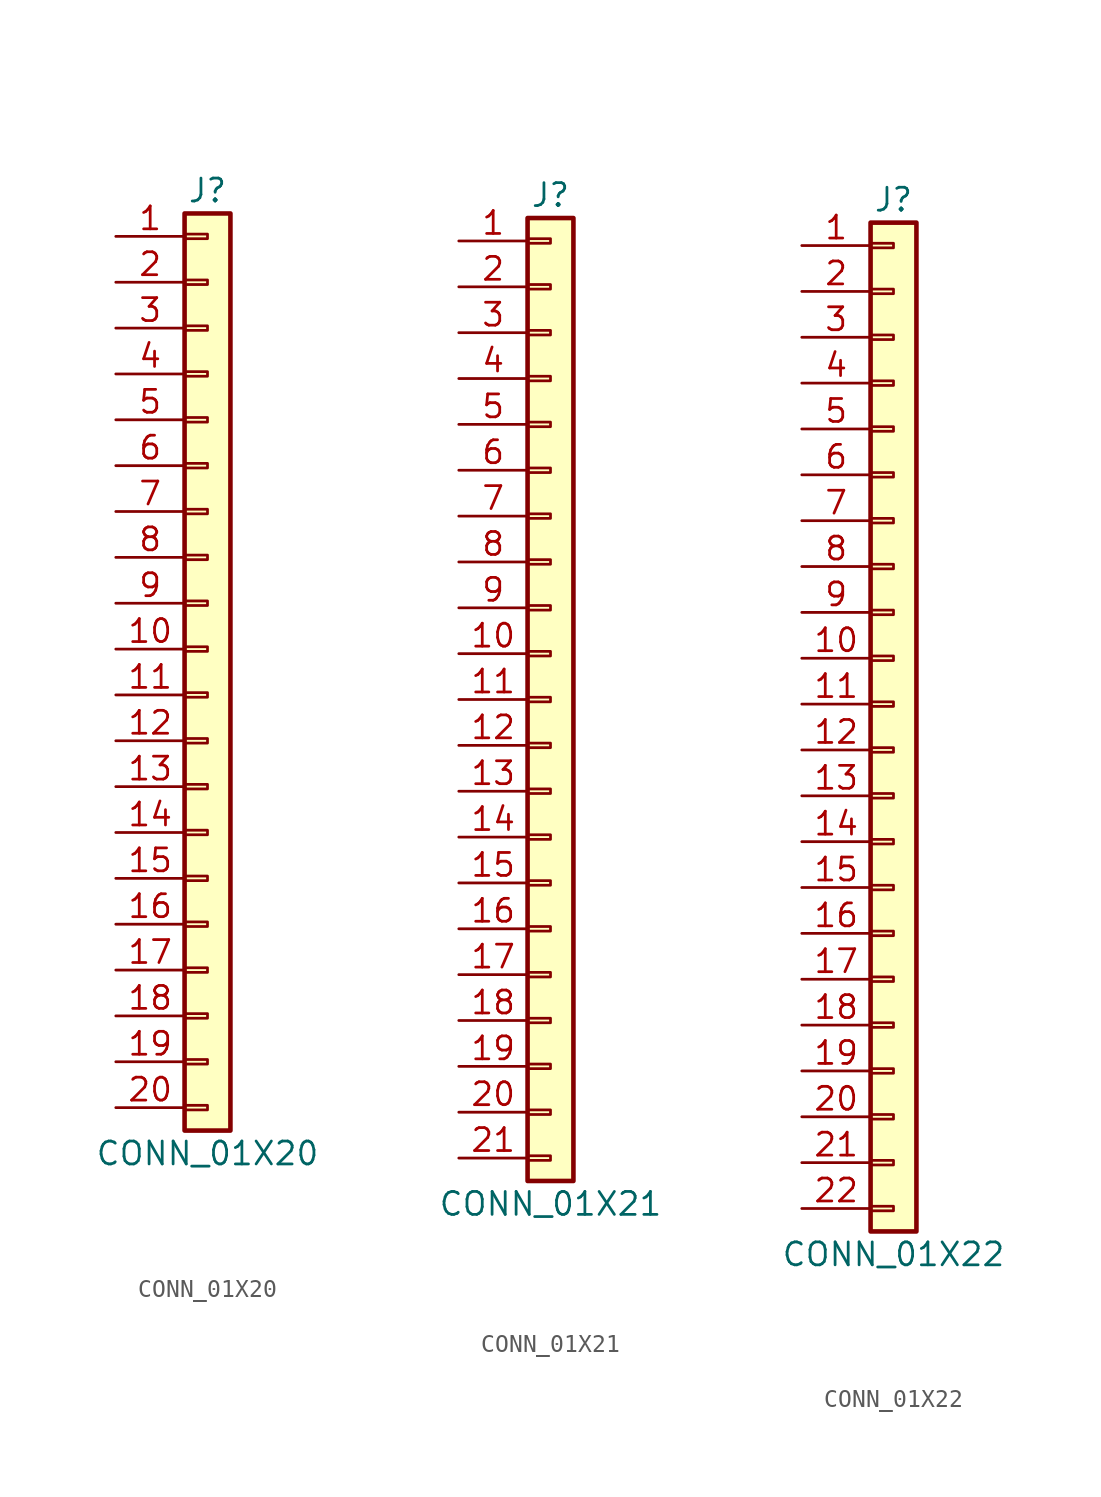
<source format=kicad_sym>
(kicad_symbol_lib
  (version 20211014)
  (generator kicad_symbol_editor)
  (symbol "CONN_01X20"
    (pin_names
      (offset 1.016) hide)
    (property "Reference" "J"
      (at 0 25.4 0)
      (effects (font (size 1.27 1.27))))
    (property "Value" "CONN_01X20"
      (at 0 -27.94 0)
      (effects (font (size 1.27 1.27))))
    (symbol "CONN_01X20_1_1"
      (rectangle (start -1.27 -25.273) (end 0 -25.527) (stroke (width 0.152) (type default) (color 0 0 0 0)) (fill (type none)))
      (rectangle (start -1.27 -22.733) (end 0 -22.987) (stroke (width 0.152) (type default) (color 0 0 0 0)) (fill (type none)))
      (rectangle (start -1.27 -20.193) (end 0 -20.447) (stroke (width 0.152) (type default) (color 0 0 0 0)) (fill (type none)))
      (rectangle (start -1.27 -17.653) (end 0 -17.907) (stroke (width 0.152) (type default) (color 0 0 0 0)) (fill (type none)))
      (rectangle (start -1.27 -15.113) (end 0 -15.367) (stroke (width 0.152) (type default) (color 0 0 0 0)) (fill (type none)))
      (rectangle (start -1.27 -12.573) (end 0 -12.827) (stroke (width 0.152) (type default) (color 0 0 0 0)) (fill (type none)))
      (rectangle (start -1.27 -10.033) (end 0 -10.287) (stroke (width 0.152) (type default) (color 0 0 0 0)) (fill (type none)))
      (rectangle (start -1.27 -7.493) (end 0 -7.747) (stroke (width 0.152) (type default) (color 0 0 0 0)) (fill (type none)))
      (rectangle (start -1.27 -4.953) (end 0 -5.207) (stroke (width 0.152) (type default) (color 0 0 0 0)) (fill (type none)))
      (rectangle (start -1.27 -2.413) (end 0 -2.667) (stroke (width 0.152) (type default) (color 0 0 0 0)) (fill (type none)))
      (rectangle (start -1.27 0.127) (end 0 -0.127) (stroke (width 0.152) (type default) (color 0 0 0 0)) (fill (type none)))
      (rectangle (start -1.27 2.667) (end 0 2.413) (stroke (width 0.152) (type default) (color 0 0 0 0)) (fill (type none)))
      (rectangle (start -1.27 5.207) (end 0 4.953) (stroke (width 0.152) (type default) (color 0 0 0 0)) (fill (type none)))
      (rectangle (start -1.27 7.747) (end 0 7.493) (stroke (width 0.152) (type default) (color 0 0 0 0)) (fill (type none)))
      (rectangle (start -1.27 10.287) (end 0 10.033) (stroke (width 0.152) (type default) (color 0 0 0 0)) (fill (type none)))
      (rectangle (start -1.27 12.827) (end 0 12.573) (stroke (width 0.152) (type default) (color 0 0 0 0)) (fill (type none)))
      (rectangle (start -1.27 15.367) (end 0 15.113) (stroke (width 0.152) (type default) (color 0 0 0 0)) (fill (type none)))
      (rectangle (start -1.27 17.907) (end 0 17.653) (stroke (width 0.152) (type default) (color 0 0 0 0)) (fill (type none)))
      (rectangle (start -1.27 20.447) (end 0 20.193) (stroke (width 0.152) (type default) (color 0 0 0 0)) (fill (type none)))
      (rectangle (start -1.27 22.987) (end 0 22.733) (stroke (width 0.152) (type default) (color 0 0 0 0)) (fill (type none)))
      (rectangle (start -1.27 24.13) (end 1.27 -26.67) (stroke (width 0.254) (type default) (color 0 0 0 0)) (fill (type background)))
      (pin passive line (at -5.08 22.86 0) (length 3.81) (name "Pin_1" (effects (font (size 1.27 1.27)))) (number "1" (effects (font (size 1.27 1.27)))))
      (pin passive line (at -5.08 0 0) (length 3.81) (name "Pin_10" (effects (font (size 1.27 1.27)))) (number "10" (effects (font (size 1.27 1.27)))))
      (pin passive line (at -5.08 -2.54 0) (length 3.81) (name "Pin_11" (effects (font (size 1.27 1.27)))) (number "11" (effects (font (size 1.27 1.27)))))
      (pin passive line (at -5.08 -5.08 0) (length 3.81) (name "Pin_12" (effects (font (size 1.27 1.27)))) (number "12" (effects (font (size 1.27 1.27)))))
      (pin passive line (at -5.08 -7.62 0) (length 3.81) (name "Pin_13" (effects (font (size 1.27 1.27)))) (number "13" (effects (font (size 1.27 1.27)))))
      (pin passive line (at -5.08 -10.16 0) (length 3.81) (name "Pin_14" (effects (font (size 1.27 1.27)))) (number "14" (effects (font (size 1.27 1.27)))))
      (pin passive line (at -5.08 -12.7 0) (length 3.81) (name "Pin_15" (effects (font (size 1.27 1.27)))) (number "15" (effects (font (size 1.27 1.27)))))
      (pin passive line (at -5.08 -15.24 0) (length 3.81) (name "Pin_16" (effects (font (size 1.27 1.27)))) (number "16" (effects (font (size 1.27 1.27)))))
      (pin passive line (at -5.08 -17.78 0) (length 3.81) (name "Pin_17" (effects (font (size 1.27 1.27)))) (number "17" (effects (font (size 1.27 1.27)))))
      (pin passive line (at -5.08 -20.32 0) (length 3.81) (name "Pin_18" (effects (font (size 1.27 1.27)))) (number "18" (effects (font (size 1.27 1.27)))))
      (pin passive line (at -5.08 -22.86 0) (length 3.81) (name "Pin_19" (effects (font (size 1.27 1.27)))) (number "19" (effects (font (size 1.27 1.27)))))
      (pin passive line (at -5.08 20.32 0) (length 3.81) (name "Pin_2" (effects (font (size 1.27 1.27)))) (number "2" (effects (font (size 1.27 1.27)))))
      (pin passive line (at -5.08 -25.4 0) (length 3.81) (name "Pin_20" (effects (font (size 1.27 1.27)))) (number "20" (effects (font (size 1.27 1.27)))))
      (pin passive line (at -5.08 17.78 0) (length 3.81) (name "Pin_3" (effects (font (size 1.27 1.27)))) (number "3" (effects (font (size 1.27 1.27)))))
      (pin passive line (at -5.08 15.24 0) (length 3.81) (name "Pin_4" (effects (font (size 1.27 1.27)))) (number "4" (effects (font (size 1.27 1.27)))))
      (pin passive line (at -5.08 12.7 0) (length 3.81) (name "Pin_5" (effects (font (size 1.27 1.27)))) (number "5" (effects (font (size 1.27 1.27)))))
      (pin passive line (at -5.08 10.16 0) (length 3.81) (name "Pin_6" (effects (font (size 1.27 1.27)))) (number "6" (effects (font (size 1.27 1.27)))))
      (pin passive line (at -5.08 7.62 0) (length 3.81) (name "Pin_7" (effects (font (size 1.27 1.27)))) (number "7" (effects (font (size 1.27 1.27)))))
      (pin passive line (at -5.08 5.08 0) (length 3.81) (name "Pin_8" (effects (font (size 1.27 1.27)))) (number "8" (effects (font (size 1.27 1.27)))))
      (pin passive line (at -5.08 2.54 0) (length 3.81) (name "Pin_9" (effects (font (size 1.27 1.27)))) (number "9" (effects (font (size 1.27 1.27)))))))
  (symbol "CONN_01X21"
    (pin_names
      (offset 1.016) hide)
    (property "Reference" "J"
      (at 0 27.94 0)
      (effects (font (size 1.27 1.27))))
    (property "Value" "CONN_01X21"
      (at 0 -27.94 0)
      (effects (font (size 1.27 1.27))))
    (symbol "CONN_01X21_1_1"
      (rectangle (start -1.27 -25.273) (end 0 -25.527) (stroke (width 0.152) (type default) (color 0 0 0 0)) (fill (type none)))
      (rectangle (start -1.27 -22.733) (end 0 -22.987) (stroke (width 0.152) (type default) (color 0 0 0 0)) (fill (type none)))
      (rectangle (start -1.27 -20.193) (end 0 -20.447) (stroke (width 0.152) (type default) (color 0 0 0 0)) (fill (type none)))
      (rectangle (start -1.27 -17.653) (end 0 -17.907) (stroke (width 0.152) (type default) (color 0 0 0 0)) (fill (type none)))
      (rectangle (start -1.27 -15.113) (end 0 -15.367) (stroke (width 0.152) (type default) (color 0 0 0 0)) (fill (type none)))
      (rectangle (start -1.27 -12.573) (end 0 -12.827) (stroke (width 0.152) (type default) (color 0 0 0 0)) (fill (type none)))
      (rectangle (start -1.27 -10.033) (end 0 -10.287) (stroke (width 0.152) (type default) (color 0 0 0 0)) (fill (type none)))
      (rectangle (start -1.27 -7.493) (end 0 -7.747) (stroke (width 0.152) (type default) (color 0 0 0 0)) (fill (type none)))
      (rectangle (start -1.27 -4.953) (end 0 -5.207) (stroke (width 0.152) (type default) (color 0 0 0 0)) (fill (type none)))
      (rectangle (start -1.27 -2.413) (end 0 -2.667) (stroke (width 0.152) (type default) (color 0 0 0 0)) (fill (type none)))
      (rectangle (start -1.27 0.127) (end 0 -0.127) (stroke (width 0.152) (type default) (color 0 0 0 0)) (fill (type none)))
      (rectangle (start -1.27 2.667) (end 0 2.413) (stroke (width 0.152) (type default) (color 0 0 0 0)) (fill (type none)))
      (rectangle (start -1.27 5.207) (end 0 4.953) (stroke (width 0.152) (type default) (color 0 0 0 0)) (fill (type none)))
      (rectangle (start -1.27 7.747) (end 0 7.493) (stroke (width 0.152) (type default) (color 0 0 0 0)) (fill (type none)))
      (rectangle (start -1.27 10.287) (end 0 10.033) (stroke (width 0.152) (type default) (color 0 0 0 0)) (fill (type none)))
      (rectangle (start -1.27 12.827) (end 0 12.573) (stroke (width 0.152) (type default) (color 0 0 0 0)) (fill (type none)))
      (rectangle (start -1.27 15.367) (end 0 15.113) (stroke (width 0.152) (type default) (color 0 0 0 0)) (fill (type none)))
      (rectangle (start -1.27 17.907) (end 0 17.653) (stroke (width 0.152) (type default) (color 0 0 0 0)) (fill (type none)))
      (rectangle (start -1.27 20.447) (end 0 20.193) (stroke (width 0.152) (type default) (color 0 0 0 0)) (fill (type none)))
      (rectangle (start -1.27 22.987) (end 0 22.733) (stroke (width 0.152) (type default) (color 0 0 0 0)) (fill (type none)))
      (rectangle (start -1.27 25.527) (end 0 25.273) (stroke (width 0.152) (type default) (color 0 0 0 0)) (fill (type none)))
      (rectangle (start -1.27 26.67) (end 1.27 -26.67) (stroke (width 0.254) (type default) (color 0 0 0 0)) (fill (type background)))
      (pin passive line (at -5.08 25.4 0) (length 3.81) (name "Pin_1" (effects (font (size 1.27 1.27)))) (number "1" (effects (font (size 1.27 1.27)))))
      (pin passive line (at -5.08 2.54 0) (length 3.81) (name "Pin_10" (effects (font (size 1.27 1.27)))) (number "10" (effects (font (size 1.27 1.27)))))
      (pin passive line (at -5.08 0 0) (length 3.81) (name "Pin_11" (effects (font (size 1.27 1.27)))) (number "11" (effects (font (size 1.27 1.27)))))
      (pin passive line (at -5.08 -2.54 0) (length 3.81) (name "Pin_12" (effects (font (size 1.27 1.27)))) (number "12" (effects (font (size 1.27 1.27)))))
      (pin passive line (at -5.08 -5.08 0) (length 3.81) (name "Pin_13" (effects (font (size 1.27 1.27)))) (number "13" (effects (font (size 1.27 1.27)))))
      (pin passive line (at -5.08 -7.62 0) (length 3.81) (name "Pin_14" (effects (font (size 1.27 1.27)))) (number "14" (effects (font (size 1.27 1.27)))))
      (pin passive line (at -5.08 -10.16 0) (length 3.81) (name "Pin_15" (effects (font (size 1.27 1.27)))) (number "15" (effects (font (size 1.27 1.27)))))
      (pin passive line (at -5.08 -12.7 0) (length 3.81) (name "Pin_16" (effects (font (size 1.27 1.27)))) (number "16" (effects (font (size 1.27 1.27)))))
      (pin passive line (at -5.08 -15.24 0) (length 3.81) (name "Pin_17" (effects (font (size 1.27 1.27)))) (number "17" (effects (font (size 1.27 1.27)))))
      (pin passive line (at -5.08 -17.78 0) (length 3.81) (name "Pin_18" (effects (font (size 1.27 1.27)))) (number "18" (effects (font (size 1.27 1.27)))))
      (pin passive line (at -5.08 -20.32 0) (length 3.81) (name "Pin_19" (effects (font (size 1.27 1.27)))) (number "19" (effects (font (size 1.27 1.27)))))
      (pin passive line (at -5.08 22.86 0) (length 3.81) (name "Pin_2" (effects (font (size 1.27 1.27)))) (number "2" (effects (font (size 1.27 1.27)))))
      (pin passive line (at -5.08 -22.86 0) (length 3.81) (name "Pin_20" (effects (font (size 1.27 1.27)))) (number "20" (effects (font (size 1.27 1.27)))))
      (pin passive line (at -5.08 -25.4 0) (length 3.81) (name "Pin_21" (effects (font (size 1.27 1.27)))) (number "21" (effects (font (size 1.27 1.27)))))
      (pin passive line (at -5.08 20.32 0) (length 3.81) (name "Pin_3" (effects (font (size 1.27 1.27)))) (number "3" (effects (font (size 1.27 1.27)))))
      (pin passive line (at -5.08 17.78 0) (length 3.81) (name "Pin_4" (effects (font (size 1.27 1.27)))) (number "4" (effects (font (size 1.27 1.27)))))
      (pin passive line (at -5.08 15.24 0) (length 3.81) (name "Pin_5" (effects (font (size 1.27 1.27)))) (number "5" (effects (font (size 1.27 1.27)))))
      (pin passive line (at -5.08 12.7 0) (length 3.81) (name "Pin_6" (effects (font (size 1.27 1.27)))) (number "6" (effects (font (size 1.27 1.27)))))
      (pin passive line (at -5.08 10.16 0) (length 3.81) (name "Pin_7" (effects (font (size 1.27 1.27)))) (number "7" (effects (font (size 1.27 1.27)))))
      (pin passive line (at -5.08 7.62 0) (length 3.81) (name "Pin_8" (effects (font (size 1.27 1.27)))) (number "8" (effects (font (size 1.27 1.27)))))
      (pin passive line (at -5.08 5.08 0) (length 3.81) (name "Pin_9" (effects (font (size 1.27 1.27)))) (number "9" (effects (font (size 1.27 1.27)))))))
  (symbol "CONN_01X22"
    (pin_names
      (offset 1.016) hide)
    (property "Reference" "J"
      (at 0 27.94 0)
      (effects (font (size 1.27 1.27))))
    (property "Value" "CONN_01X22"
      (at 0 -30.48 0)
      (effects (font (size 1.27 1.27))))
    (symbol "CONN_01X22_1_1"
      (rectangle (start -1.27 -27.813) (end 0 -28.067) (stroke (width 0.152) (type default) (color 0 0 0 0)) (fill (type none)))
      (rectangle (start -1.27 -25.273) (end 0 -25.527) (stroke (width 0.152) (type default) (color 0 0 0 0)) (fill (type none)))
      (rectangle (start -1.27 -22.733) (end 0 -22.987) (stroke (width 0.152) (type default) (color 0 0 0 0)) (fill (type none)))
      (rectangle (start -1.27 -20.193) (end 0 -20.447) (stroke (width 0.152) (type default) (color 0 0 0 0)) (fill (type none)))
      (rectangle (start -1.27 -17.653) (end 0 -17.907) (stroke (width 0.152) (type default) (color 0 0 0 0)) (fill (type none)))
      (rectangle (start -1.27 -15.113) (end 0 -15.367) (stroke (width 0.152) (type default) (color 0 0 0 0)) (fill (type none)))
      (rectangle (start -1.27 -12.573) (end 0 -12.827) (stroke (width 0.152) (type default) (color 0 0 0 0)) (fill (type none)))
      (rectangle (start -1.27 -10.033) (end 0 -10.287) (stroke (width 0.152) (type default) (color 0 0 0 0)) (fill (type none)))
      (rectangle (start -1.27 -7.493) (end 0 -7.747) (stroke (width 0.152) (type default) (color 0 0 0 0)) (fill (type none)))
      (rectangle (start -1.27 -4.953) (end 0 -5.207) (stroke (width 0.152) (type default) (color 0 0 0 0)) (fill (type none)))
      (rectangle (start -1.27 -2.413) (end 0 -2.667) (stroke (width 0.152) (type default) (color 0 0 0 0)) (fill (type none)))
      (rectangle (start -1.27 0.127) (end 0 -0.127) (stroke (width 0.152) (type default) (color 0 0 0 0)) (fill (type none)))
      (rectangle (start -1.27 2.667) (end 0 2.413) (stroke (width 0.152) (type default) (color 0 0 0 0)) (fill (type none)))
      (rectangle (start -1.27 5.207) (end 0 4.953) (stroke (width 0.152) (type default) (color 0 0 0 0)) (fill (type none)))
      (rectangle (start -1.27 7.747) (end 0 7.493) (stroke (width 0.152) (type default) (color 0 0 0 0)) (fill (type none)))
      (rectangle (start -1.27 10.287) (end 0 10.033) (stroke (width 0.152) (type default) (color 0 0 0 0)) (fill (type none)))
      (rectangle (start -1.27 12.827) (end 0 12.573) (stroke (width 0.152) (type default) (color 0 0 0 0)) (fill (type none)))
      (rectangle (start -1.27 15.367) (end 0 15.113) (stroke (width 0.152) (type default) (color 0 0 0 0)) (fill (type none)))
      (rectangle (start -1.27 17.907) (end 0 17.653) (stroke (width 0.152) (type default) (color 0 0 0 0)) (fill (type none)))
      (rectangle (start -1.27 20.447) (end 0 20.193) (stroke (width 0.152) (type default) (color 0 0 0 0)) (fill (type none)))
      (rectangle (start -1.27 22.987) (end 0 22.733) (stroke (width 0.152) (type default) (color 0 0 0 0)) (fill (type none)))
      (rectangle (start -1.27 25.527) (end 0 25.273) (stroke (width 0.152) (type default) (color 0 0 0 0)) (fill (type none)))
      (rectangle (start -1.27 26.67) (end 1.27 -29.21) (stroke (width 0.254) (type default) (color 0 0 0 0)) (fill (type background)))
      (pin passive line (at -5.08 25.4 0) (length 3.81) (name "Pin_1" (effects (font (size 1.27 1.27)))) (number "1" (effects (font (size 1.27 1.27)))))
      (pin passive line (at -5.08 2.54 0) (length 3.81) (name "Pin_10" (effects (font (size 1.27 1.27)))) (number "10" (effects (font (size 1.27 1.27)))))
      (pin passive line (at -5.08 0 0) (length 3.81) (name "Pin_11" (effects (font (size 1.27 1.27)))) (number "11" (effects (font (size 1.27 1.27)))))
      (pin passive line (at -5.08 -2.54 0) (length 3.81) (name "Pin_12" (effects (font (size 1.27 1.27)))) (number "12" (effects (font (size 1.27 1.27)))))
      (pin passive line (at -5.08 -5.08 0) (length 3.81) (name "Pin_13" (effects (font (size 1.27 1.27)))) (number "13" (effects (font (size 1.27 1.27)))))
      (pin passive line (at -5.08 -7.62 0) (length 3.81) (name "Pin_14" (effects (font (size 1.27 1.27)))) (number "14" (effects (font (size 1.27 1.27)))))
      (pin passive line (at -5.08 -10.16 0) (length 3.81) (name "Pin_15" (effects (font (size 1.27 1.27)))) (number "15" (effects (font (size 1.27 1.27)))))
      (pin passive line (at -5.08 -12.7 0) (length 3.81) (name "Pin_16" (effects (font (size 1.27 1.27)))) (number "16" (effects (font (size 1.27 1.27)))))
      (pin passive line (at -5.08 -15.24 0) (length 3.81) (name "Pin_17" (effects (font (size 1.27 1.27)))) (number "17" (effects (font (size 1.27 1.27)))))
      (pin passive line (at -5.08 -17.78 0) (length 3.81) (name "Pin_18" (effects (font (size 1.27 1.27)))) (number "18" (effects (font (size 1.27 1.27)))))
      (pin passive line (at -5.08 -20.32 0) (length 3.81) (name "Pin_19" (effects (font (size 1.27 1.27)))) (number "19" (effects (font (size 1.27 1.27)))))
      (pin passive line (at -5.08 22.86 0) (length 3.81) (name "Pin_2" (effects (font (size 1.27 1.27)))) (number "2" (effects (font (size 1.27 1.27)))))
      (pin passive line (at -5.08 -22.86 0) (length 3.81) (name "Pin_20" (effects (font (size 1.27 1.27)))) (number "20" (effects (font (size 1.27 1.27)))))
      (pin passive line (at -5.08 -25.4 0) (length 3.81) (name "Pin_21" (effects (font (size 1.27 1.27)))) (number "21" (effects (font (size 1.27 1.27)))))
      (pin passive line (at -5.08 -27.94 0) (length 3.81) (name "Pin_22" (effects (font (size 1.27 1.27)))) (number "22" (effects (font (size 1.27 1.27)))))
      (pin passive line (at -5.08 20.32 0) (length 3.81) (name "Pin_3" (effects (font (size 1.27 1.27)))) (number "3" (effects (font (size 1.27 1.27)))))
      (pin passive line (at -5.08 17.78 0) (length 3.81) (name "Pin_4" (effects (font (size 1.27 1.27)))) (number "4" (effects (font (size 1.27 1.27)))))
      (pin passive line (at -5.08 15.24 0) (length 3.81) (name "Pin_5" (effects (font (size 1.27 1.27)))) (number "5" (effects (font (size 1.27 1.27)))))
      (pin passive line (at -5.08 12.7 0) (length 3.81) (name "Pin_6" (effects (font (size 1.27 1.27)))) (number "6" (effects (font (size 1.27 1.27)))))
      (pin passive line (at -5.08 10.16 0) (length 3.81) (name "Pin_7" (effects (font (size 1.27 1.27)))) (number "7" (effects (font (size 1.27 1.27)))))
      (pin passive line (at -5.08 7.62 0) (length 3.81) (name "Pin_8" (effects (font (size 1.27 1.27)))) (number "8" (effects (font (size 1.27 1.27)))))
      (pin passive line (at -5.08 5.08 0) (length 3.81) (name "Pin_9" (effects (font (size 1.27 1.27)))) (number "9" (effects (font (size 1.27 1.27))))))))
</source>
